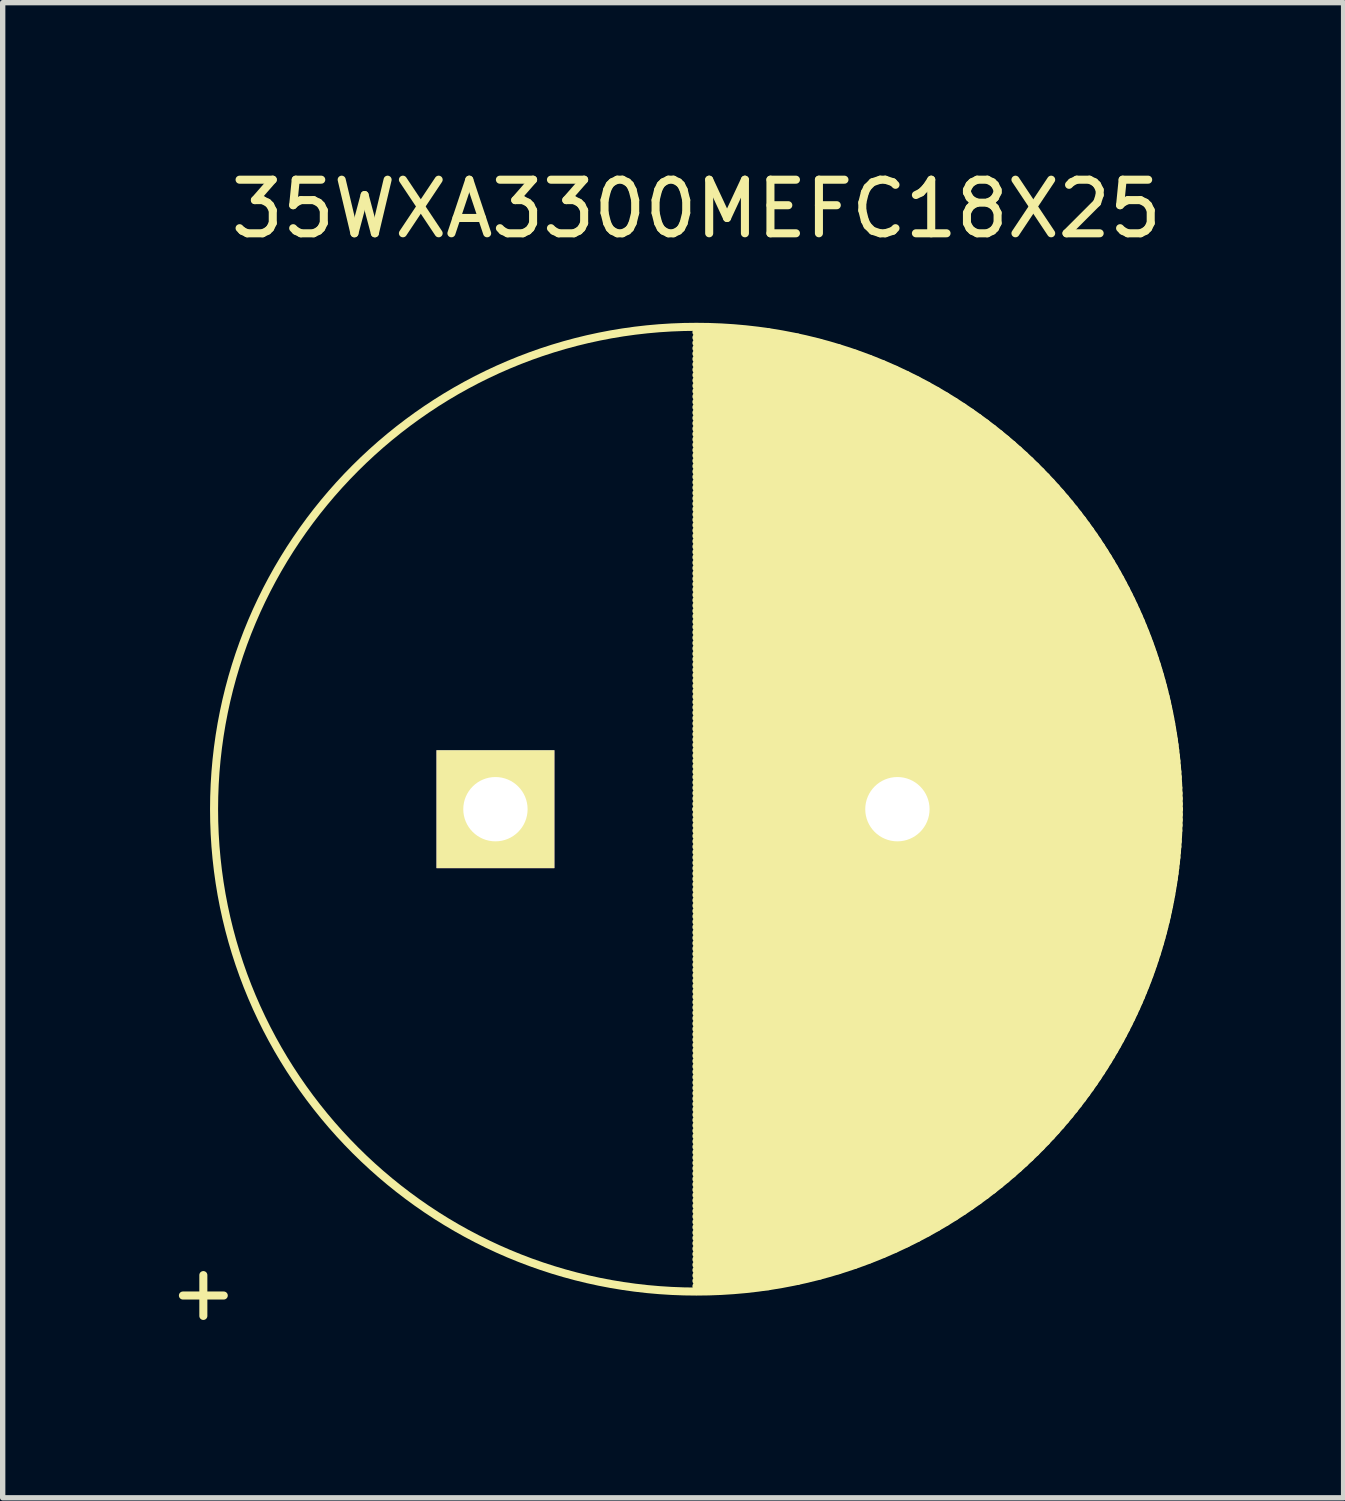
<source format=kicad_pcb>
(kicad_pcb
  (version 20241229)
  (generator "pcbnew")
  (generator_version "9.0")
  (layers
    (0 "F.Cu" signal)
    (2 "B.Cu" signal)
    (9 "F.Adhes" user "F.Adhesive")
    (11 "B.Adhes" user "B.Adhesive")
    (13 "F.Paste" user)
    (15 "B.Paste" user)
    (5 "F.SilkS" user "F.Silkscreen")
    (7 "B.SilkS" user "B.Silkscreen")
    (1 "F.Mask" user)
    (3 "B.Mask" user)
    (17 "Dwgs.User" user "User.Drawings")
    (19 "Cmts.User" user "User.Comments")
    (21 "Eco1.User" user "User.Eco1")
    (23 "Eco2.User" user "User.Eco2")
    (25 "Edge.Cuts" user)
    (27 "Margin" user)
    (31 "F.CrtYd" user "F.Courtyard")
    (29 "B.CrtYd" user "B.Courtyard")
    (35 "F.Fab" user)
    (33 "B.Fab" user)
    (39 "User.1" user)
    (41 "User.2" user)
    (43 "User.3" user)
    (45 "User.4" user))
  (footprint "35WXA3300MEFC18X25"
    (layer "F.Cu")
    (at 6.194 12.048)
    (property "Reference" "35WXA3300MEFC18X25" (at 3.75 -11.2 0) (layer "F.SilkS") (effects (font (size 1 1) (thickness 0.15))))
    (attr through_hole)
    (fp_line (start 3.75 -8.9) (end 5.088 -8.9) (stroke (width 0.15) (type solid)) (layer "F.SilkS"))
    (fp_line (start 3.75 -8.8) (end 5.637 -8.8) (stroke (width 0.15) (type solid)) (layer "F.SilkS"))
    (fp_line (start 3.75 -8.7) (end 6.054 -8.7) (stroke (width 0.15) (type solid)) (layer "F.SilkS"))
    (fp_line (start 3.75 -8.6) (end 6.403 -8.6) (stroke (width 0.15) (type solid)) (layer "F.SilkS"))
    (fp_line (start 3.75 -8.5) (end 6.708 -8.5) (stroke (width 0.15) (type solid)) (layer "F.SilkS"))
    (fp_line (start 3.75 -8.4) (end 6.981 -8.4) (stroke (width 0.15) (type solid)) (layer "F.SilkS"))
    (fp_line (start 3.75 -8.3) (end 7.23 -8.3) (stroke (width 0.15) (type solid)) (layer "F.SilkS"))
    (fp_line (start 3.75 -8.2) (end 7.459 -8.2) (stroke (width 0.15) (type solid)) (layer "F.SilkS"))
    (fp_line (start 3.75 -8.1) (end 7.673 -8.1) (stroke (width 0.15) (type solid)) (layer "F.SilkS"))
    (fp_line (start 3.75 -8) (end 7.873 -8) (stroke (width 0.15) (type solid)) (layer "F.SilkS"))
    (fp_line (start 3.75 -7.9) (end 8.062 -7.9) (stroke (width 0.15) (type solid)) (layer "F.SilkS"))
    (fp_line (start 3.75 -7.8) (end 8.24 -7.8) (stroke (width 0.15) (type solid)) (layer "F.SilkS"))
    (fp_line (start 3.75 -7.7) (end 8.409 -7.7) (stroke (width 0.15) (type solid)) (layer "F.SilkS"))
    (fp_line (start 3.75 -7.6) (end 8.571 -7.6) (stroke (width 0.15) (type solid)) (layer "F.SilkS"))
    (fp_line (start 3.75 -7.5) (end 8.725 -7.5) (stroke (width 0.15) (type solid)) (layer "F.SilkS"))
    (fp_line (start 3.75 -7.4) (end 8.872 -7.4) (stroke (width 0.15) (type solid)) (layer "F.SilkS"))
    (fp_line (start 3.75 -7.3) (end 9.014 -7.3) (stroke (width 0.15) (type solid)) (layer "F.SilkS"))
    (fp_line (start 3.75 -7.2) (end 9.15 -7.2) (stroke (width 0.15) (type solid)) (layer "F.SilkS"))
    (fp_line (start 3.75 -7.1) (end 9.281 -7.1) (stroke (width 0.15) (type solid)) (layer "F.SilkS"))
    (fp_line (start 3.75 -7) (end 9.407 -7) (stroke (width 0.15) (type solid)) (layer "F.SilkS"))
    (fp_line (start 3.75 -6.9) (end 9.528 -6.9) (stroke (width 0.15) (type solid)) (layer "F.SilkS"))
    (fp_line (start 3.75 -6.8) (end 9.646 -6.8) (stroke (width 0.15) (type solid)) (layer "F.SilkS"))
    (fp_line (start 3.75 -6.7) (end 9.759 -6.7) (stroke (width 0.15) (type solid)) (layer "F.SilkS"))
    (fp_line (start 3.75 -6.6) (end 9.869 -6.6) (stroke (width 0.15) (type solid)) (layer "F.SilkS"))
    (fp_line (start 3.75 -6.5) (end 9.975 -6.5) (stroke (width 0.15) (type solid)) (layer "F.SilkS"))
    (fp_line (start 3.75 -6.4) (end 10.078 -6.4) (stroke (width 0.15) (type solid)) (layer "F.SilkS"))
    (fp_line (start 3.75 -6.3) (end 10.177 -6.3) (stroke (width 0.15) (type solid)) (layer "F.SilkS"))
    (fp_line (start 3.75 -6.2) (end 10.274 -6.2) (stroke (width 0.15) (type solid)) (layer "F.SilkS"))
    (fp_line (start 3.75 -6.1) (end 10.367 -6.1) (stroke (width 0.15) (type solid)) (layer "F.SilkS"))
    (fp_line (start 3.75 -6) (end 10.458 -6) (stroke (width 0.15) (type solid)) (layer "F.SilkS"))
    (fp_line (start 3.75 -5.9) (end 10.546 -5.9) (stroke (width 0.15) (type solid)) (layer "F.SilkS"))
    (fp_line (start 3.75 -5.8) (end 10.632 -5.8) (stroke (width 0.15) (type solid)) (layer "F.SilkS"))
    (fp_line (start 3.75 -5.7) (end 10.715 -5.7) (stroke (width 0.15) (type solid)) (layer "F.SilkS"))
    (fp_line (start 3.75 -5.6) (end 10.796 -5.6) (stroke (width 0.15) (type solid)) (layer "F.SilkS"))
    (fp_line (start 3.75 -5.5) (end 10.874 -5.5) (stroke (width 0.15) (type solid)) (layer "F.SilkS"))
    (fp_line (start 3.75 -5.4) (end 10.95 -5.4) (stroke (width 0.15) (type solid)) (layer "F.SilkS"))
    (fp_line (start 3.75 -5.3) (end 11.024 -5.3) (stroke (width 0.15) (type solid)) (layer "F.SilkS"))
    (fp_line (start 3.75 -5.2) (end 11.096 -5.2) (stroke (width 0.15) (type solid)) (layer "F.SilkS"))
    (fp_line (start 3.75 -5.1) (end 11.166 -5.1) (stroke (width 0.15) (type solid)) (layer "F.SilkS"))
    (fp_line (start 3.75 -5) (end 11.233 -5) (stroke (width 0.15) (type solid)) (layer "F.SilkS"))
    (fp_line (start 3.75 -4.9) (end 11.299 -4.9) (stroke (width 0.15) (type solid)) (layer "F.SilkS"))
    (fp_line (start 3.75 -4.8) (end 11.363 -4.8) (stroke (width 0.15) (type solid)) (layer "F.SilkS"))
    (fp_line (start 3.75 -4.7) (end 11.425 -4.7) (stroke (width 0.15) (type solid)) (layer "F.SilkS"))
    (fp_line (start 3.75 -4.6) (end 11.486 -4.6) (stroke (width 0.15) (type solid)) (layer "F.SilkS"))
    (fp_line (start 3.75 -4.5) (end 11.544 -4.5) (stroke (width 0.15) (type solid)) (layer "F.SilkS"))
    (fp_line (start 3.75 -4.4) (end 11.601 -4.4) (stroke (width 0.15) (type solid)) (layer "F.SilkS"))
    (fp_line (start 3.75 -4.3) (end 11.656 -4.3) (stroke (width 0.15) (type solid)) (layer "F.SilkS"))
    (fp_line (start 3.75 -4.2) (end 11.71 -4.2) (stroke (width 0.15) (type solid)) (layer "F.SilkS"))
    (fp_line (start 3.75 -4.1) (end 11.762 -4.1) (stroke (width 0.15) (type solid)) (layer "F.SilkS"))
    (fp_line (start 3.75 -4) (end 11.812 -4) (stroke (width 0.15) (type solid)) (layer "F.SilkS"))
    (fp_line (start 3.75 -3.9) (end 11.861 -3.9) (stroke (width 0.15) (type solid)) (layer "F.SilkS"))
    (fp_line (start 3.75 -3.8) (end 11.908 -3.8) (stroke (width 0.15) (type solid)) (layer "F.SilkS"))
    (fp_line (start 3.75 -3.7) (end 11.954 -3.7) (stroke (width 0.15) (type solid)) (layer "F.SilkS"))
    (fp_line (start 3.75 -3.6) (end 11.999 -3.6) (stroke (width 0.15) (type solid)) (layer "F.SilkS"))
    (fp_line (start 3.75 -3.5) (end 12.042 -3.5) (stroke (width 0.15) (type solid)) (layer "F.SilkS"))
    (fp_line (start 3.75 -3.4) (end 12.083 -3.4) (stroke (width 0.15) (type solid)) (layer "F.SilkS"))
    (fp_line (start 3.75 -3.3) (end 12.123 -3.3) (stroke (width 0.15) (type solid)) (layer "F.SilkS"))
    (fp_line (start 3.75 -3.2) (end 12.162 -3.2) (stroke (width 0.15) (type solid)) (layer "F.SilkS"))
    (fp_line (start 3.75 -3.1) (end 12.199 -3.1) (stroke (width 0.15) (type solid)) (layer "F.SilkS"))
    (fp_line (start 3.75 -3) (end 12.235 -3) (stroke (width 0.15) (type solid)) (layer "F.SilkS"))
    (fp_line (start 3.75 -2.9) (end 12.27 -2.9) (stroke (width 0.15) (type solid)) (layer "F.SilkS"))
    (fp_line (start 3.75 -2.8) (end 12.303 -2.8) (stroke (width 0.15) (type solid)) (layer "F.SilkS"))
    (fp_line (start 3.75 -2.7) (end 12.335 -2.7) (stroke (width 0.15) (type solid)) (layer "F.SilkS"))
    (fp_line (start 3.75 -2.6) (end 12.366 -2.6) (stroke (width 0.15) (type solid)) (layer "F.SilkS"))
    (fp_line (start 3.75 -2.5) (end 12.396 -2.5) (stroke (width 0.15) (type solid)) (layer "F.SilkS"))
    (fp_line (start 3.75 -2.4) (end 12.424 -2.4) (stroke (width 0.15) (type solid)) (layer "F.SilkS"))
    (fp_line (start 3.75 -2.3) (end 12.451 -2.3) (stroke (width 0.15) (type solid)) (layer "F.SilkS"))
    (fp_line (start 3.75 -2.2) (end 12.477 -2.2) (stroke (width 0.15) (type solid)) (layer "F.SilkS"))
    (fp_line (start 3.75 -2.1) (end 12.502 -2.1) (stroke (width 0.15) (type solid)) (layer "F.SilkS"))
    (fp_line (start 3.75 -2) (end 12.525 -2) (stroke (width 0.15) (type solid)) (layer "F.SilkS"))
    (fp_line (start 3.75 -1.9) (end 12.547 -1.9) (stroke (width 0.15) (type solid)) (layer "F.SilkS"))
    (fp_line (start 3.75 -1.8) (end 12.568 -1.8) (stroke (width 0.15) (type solid)) (layer "F.SilkS"))
    (fp_line (start 3.75 -1.7) (end 12.588 -1.7) (stroke (width 0.15) (type solid)) (layer "F.SilkS"))
    (fp_line (start 3.75 -1.6) (end 12.607 -1.6) (stroke (width 0.15) (type solid)) (layer "F.SilkS"))
    (fp_line (start 3.75 -1.5) (end 12.624 -1.5) (stroke (width 0.15) (type solid)) (layer "F.SilkS"))
    (fp_line (start 3.75 -1.4) (end 12.64 -1.4) (stroke (width 0.15) (type solid)) (layer "F.SilkS"))
    (fp_line (start 3.75 -1.3) (end 12.656 -1.3) (stroke (width 0.15) (type solid)) (layer "F.SilkS"))
    (fp_line (start 3.75 -1.2) (end 12.67 -1.2) (stroke (width 0.15) (type solid)) (layer "F.SilkS"))
    (fp_line (start 3.75 -1.1) (end 12.683 -1.1) (stroke (width 0.15) (type solid)) (layer "F.SilkS"))
    (fp_line (start 3.75 -1) (end 12.694 -1) (stroke (width 0.15) (type solid)) (layer "F.SilkS"))
    (fp_line (start 3.75 -0.9) (end 12.705 -0.9) (stroke (width 0.15) (type solid)) (layer "F.SilkS"))
    (fp_line (start 3.75 -0.8) (end 12.714 -0.8) (stroke (width 0.15) (type solid)) (layer "F.SilkS"))
    (fp_line (start 3.75 -0.7) (end 12.723 -0.7) (stroke (width 0.15) (type solid)) (layer "F.SilkS"))
    (fp_line (start 3.75 -0.6) (end 12.73 -0.6) (stroke (width 0.15) (type solid)) (layer "F.SilkS"))
    (fp_line (start 3.75 -0.5) (end 12.736 -0.5) (stroke (width 0.15) (type solid)) (layer "F.SilkS"))
    (fp_line (start 3.75 -0.4) (end 12.741 -0.4) (stroke (width 0.15) (type solid)) (layer "F.SilkS"))
    (fp_line (start 3.75 -0.3) (end 12.745 -0.3) (stroke (width 0.15) (type solid)) (layer "F.SilkS"))
    (fp_line (start 3.75 -0.2) (end 12.748 -0.2) (stroke (width 0.15) (type solid)) (layer "F.SilkS"))
    (fp_line (start 3.75 -0.1) (end 12.749 -0.1) (stroke (width 0.15) (type solid)) (layer "F.SilkS"))
    (fp_line (start 3.75 0) (end 12.75 0) (stroke (width 0.15) (type solid)) (layer "F.SilkS"))
    (fp_line (start 3.75 0) (end 12.75 0) (stroke (width 0.15) (type solid)) (layer "F.SilkS"))
    (fp_line (start 3.75 0.1) (end 12.749 0.1) (stroke (width 0.15) (type solid)) (layer "F.SilkS"))
    (fp_line (start 3.75 0.2) (end 12.748 0.2) (stroke (width 0.15) (type solid)) (layer "F.SilkS"))
    (fp_line (start 3.75 0.3) (end 12.745 0.3) (stroke (width 0.15) (type solid)) (layer "F.SilkS"))
    (fp_line (start 3.75 0.4) (end 12.741 0.4) (stroke (width 0.15) (type solid)) (layer "F.SilkS"))
    (fp_line (start 3.75 0.5) (end 12.736 0.5) (stroke (width 0.15) (type solid)) (layer "F.SilkS"))
    (fp_line (start 3.75 0.6) (end 12.73 0.6) (stroke (width 0.15) (type solid)) (layer "F.SilkS"))
    (fp_line (start 3.75 0.7) (end 12.723 0.7) (stroke (width 0.15) (type solid)) (layer "F.SilkS"))
    (fp_line (start 3.75 0.8) (end 12.714 0.8) (stroke (width 0.15) (type solid)) (layer "F.SilkS"))
    (fp_line (start 3.75 0.9) (end 12.705 0.9) (stroke (width 0.15) (type solid)) (layer "F.SilkS"))
    (fp_line (start 3.75 1) (end 12.694 1) (stroke (width 0.15) (type solid)) (layer "F.SilkS"))
    (fp_line (start 3.75 1.1) (end 12.683 1.1) (stroke (width 0.15) (type solid)) (layer "F.SilkS"))
    (fp_line (start 3.75 1.2) (end 12.67 1.2) (stroke (width 0.15) (type solid)) (layer "F.SilkS"))
    (fp_line (start 3.75 1.3) (end 12.656 1.3) (stroke (width 0.15) (type solid)) (layer "F.SilkS"))
    (fp_line (start 3.75 1.4) (end 12.64 1.4) (stroke (width 0.15) (type solid)) (layer "F.SilkS"))
    (fp_line (start 3.75 1.5) (end 12.624 1.5) (stroke (width 0.15) (type solid)) (layer "F.SilkS"))
    (fp_line (start 3.75 1.6) (end 12.607 1.6) (stroke (width 0.15) (type solid)) (layer "F.SilkS"))
    (fp_line (start 3.75 1.7) (end 12.588 1.7) (stroke (width 0.15) (type solid)) (layer "F.SilkS"))
    (fp_line (start 3.75 1.8) (end 12.568 1.8) (stroke (width 0.15) (type solid)) (layer "F.SilkS"))
    (fp_line (start 3.75 1.9) (end 12.547 1.9) (stroke (width 0.15) (type solid)) (layer "F.SilkS"))
    (fp_line (start 3.75 2) (end 12.525 2) (stroke (width 0.15) (type solid)) (layer "F.SilkS"))
    (fp_line (start 3.75 2.1) (end 12.502 2.1) (stroke (width 0.15) (type solid)) (layer "F.SilkS"))
    (fp_line (start 3.75 2.2) (end 12.477 2.2) (stroke (width 0.15) (type solid)) (layer "F.SilkS"))
    (fp_line (start 3.75 2.3) (end 12.451 2.3) (stroke (width 0.15) (type solid)) (layer "F.SilkS"))
    (fp_line (start 3.75 2.4) (end 12.424 2.4) (stroke (width 0.15) (type solid)) (layer "F.SilkS"))
    (fp_line (start 3.75 2.5) (end 12.396 2.5) (stroke (width 0.15) (type solid)) (layer "F.SilkS"))
    (fp_line (start 3.75 2.6) (end 12.366 2.6) (stroke (width 0.15) (type solid)) (layer "F.SilkS"))
    (fp_line (start 3.75 2.7) (end 12.335 2.7) (stroke (width 0.15) (type solid)) (layer "F.SilkS"))
    (fp_line (start 3.75 2.8) (end 12.303 2.8) (stroke (width 0.15) (type solid)) (layer "F.SilkS"))
    (fp_line (start 3.75 2.9) (end 12.27 2.9) (stroke (width 0.15) (type solid)) (layer "F.SilkS"))
    (fp_line (start 3.75 3) (end 12.235 3) (stroke (width 0.15) (type solid)) (layer "F.SilkS"))
    (fp_line (start 3.75 3.1) (end 12.199 3.1) (stroke (width 0.15) (type solid)) (layer "F.SilkS"))
    (fp_line (start 3.75 3.2) (end 12.162 3.2) (stroke (width 0.15) (type solid)) (layer "F.SilkS"))
    (fp_line (start 3.75 3.3) (end 12.123 3.3) (stroke (width 0.15) (type solid)) (layer "F.SilkS"))
    (fp_line (start 3.75 3.4) (end 12.083 3.4) (stroke (width 0.15) (type solid)) (layer "F.SilkS"))
    (fp_line (start 3.75 3.5) (end 12.042 3.5) (stroke (width 0.15) (type solid)) (layer "F.SilkS"))
    (fp_line (start 3.75 3.6) (end 11.999 3.6) (stroke (width 0.15) (type solid)) (layer "F.SilkS"))
    (fp_line (start 3.75 3.7) (end 11.954 3.7) (stroke (width 0.15) (type solid)) (layer "F.SilkS"))
    (fp_line (start 3.75 3.8) (end 11.908 3.8) (stroke (width 0.15) (type solid)) (layer "F.SilkS"))
    (fp_line (start 3.75 3.9) (end 11.861 3.9) (stroke (width 0.15) (type solid)) (layer "F.SilkS"))
    (fp_line (start 3.75 4) (end 11.812 4) (stroke (width 0.15) (type solid)) (layer "F.SilkS"))
    (fp_line (start 3.75 4.1) (end 11.762 4.1) (stroke (width 0.15) (type solid)) (layer "F.SilkS"))
    (fp_line (start 3.75 4.2) (end 11.71 4.2) (stroke (width 0.15) (type solid)) (layer "F.SilkS"))
    (fp_line (start 3.75 4.3) (end 11.656 4.3) (stroke (width 0.15) (type solid)) (layer "F.SilkS"))
    (fp_line (start 3.75 4.4) (end 11.601 4.4) (stroke (width 0.15) (type solid)) (layer "F.SilkS"))
    (fp_line (start 3.75 4.5) (end 11.544 4.5) (stroke (width 0.15) (type solid)) (layer "F.SilkS"))
    (fp_line (start 3.75 4.6) (end 11.486 4.6) (stroke (width 0.15) (type solid)) (layer "F.SilkS"))
    (fp_line (start 3.75 4.7) (end 11.425 4.7) (stroke (width 0.15) (type solid)) (layer "F.SilkS"))
    (fp_line (start 3.75 4.8) (end 11.363 4.8) (stroke (width 0.15) (type solid)) (layer "F.SilkS"))
    (fp_line (start 3.75 4.9) (end 11.299 4.9) (stroke (width 0.15) (type solid)) (layer "F.SilkS"))
    (fp_line (start 3.75 5) (end 11.233 5) (stroke (width 0.15) (type solid)) (layer "F.SilkS"))
    (fp_line (start 3.75 5.1) (end 11.166 5.1) (stroke (width 0.15) (type solid)) (layer "F.SilkS"))
    (fp_line (start 3.75 5.2) (end 11.096 5.2) (stroke (width 0.15) (type solid)) (layer "F.SilkS"))
    (fp_line (start 3.75 5.3) (end 11.024 5.3) (stroke (width 0.15) (type solid)) (layer "F.SilkS"))
    (fp_line (start 3.75 5.4) (end 10.95 5.4) (stroke (width 0.15) (type solid)) (layer "F.SilkS"))
    (fp_line (start 3.75 5.5) (end 10.874 5.5) (stroke (width 0.15) (type solid)) (layer "F.SilkS"))
    (fp_line (start 3.75 5.6) (end 10.796 5.6) (stroke (width 0.15) (type solid)) (layer "F.SilkS"))
    (fp_line (start 3.75 5.7) (end 10.715 5.7) (stroke (width 0.15) (type solid)) (layer "F.SilkS"))
    (fp_line (start 3.75 5.8) (end 10.632 5.8) (stroke (width 0.15) (type solid)) (layer "F.SilkS"))
    (fp_line (start 3.75 5.9) (end 10.546 5.9) (stroke (width 0.15) (type solid)) (layer "F.SilkS"))
    (fp_line (start 3.75 6) (end 10.458 6) (stroke (width 0.15) (type solid)) (layer "F.SilkS"))
    (fp_line (start 3.75 6.1) (end 10.367 6.1) (stroke (width 0.15) (type solid)) (layer "F.SilkS"))
    (fp_line (start 3.75 6.2) (end 10.274 6.2) (stroke (width 0.15) (type solid)) (layer "F.SilkS"))
    (fp_line (start 3.75 6.3) (end 10.177 6.3) (stroke (width 0.15) (type solid)) (layer "F.SilkS"))
    (fp_line (start 3.75 6.4) (end 10.078 6.4) (stroke (width 0.15) (type solid)) (layer "F.SilkS"))
    (fp_line (start 3.75 6.5) (end 9.975 6.5) (stroke (width 0.15) (type solid)) (layer "F.SilkS"))
    (fp_line (start 3.75 6.6) (end 9.869 6.6) (stroke (width 0.15) (type solid)) (layer "F.SilkS"))
    (fp_line (start 3.75 6.7) (end 9.759 6.7) (stroke (width 0.15) (type solid)) (layer "F.SilkS"))
    (fp_line (start 3.75 6.8) (end 9.646 6.8) (stroke (width 0.15) (type solid)) (layer "F.SilkS"))
    (fp_line (start 3.75 6.9) (end 9.528 6.9) (stroke (width 0.15) (type solid)) (layer "F.SilkS"))
    (fp_line (start 3.75 7) (end 9.407 7) (stroke (width 0.15) (type solid)) (layer "F.SilkS"))
    (fp_line (start 3.75 7.1) (end 9.281 7.1) (stroke (width 0.15) (type solid)) (layer "F.SilkS"))
    (fp_line (start 3.75 7.2) (end 9.15 7.2) (stroke (width 0.15) (type solid)) (layer "F.SilkS"))
    (fp_line (start 3.75 7.3) (end 9.014 7.3) (stroke (width 0.15) (type solid)) (layer "F.SilkS"))
    (fp_line (start 3.75 7.4) (end 8.872 7.4) (stroke (width 0.15) (type solid)) (layer "F.SilkS"))
    (fp_line (start 3.75 7.5) (end 8.725 7.5) (stroke (width 0.15) (type solid)) (layer "F.SilkS"))
    (fp_line (start 3.75 7.6) (end 8.571 7.6) (stroke (width 0.15) (type solid)) (layer "F.SilkS"))
    (fp_line (start 3.75 7.7) (end 8.409 7.7) (stroke (width 0.15) (type solid)) (layer "F.SilkS"))
    (fp_line (start 3.75 7.8) (end 8.24 7.8) (stroke (width 0.15) (type solid)) (layer "F.SilkS"))
    (fp_line (start 3.75 7.9) (end 8.062 7.9) (stroke (width 0.15) (type solid)) (layer "F.SilkS"))
    (fp_line (start 3.75 8) (end 7.873 8) (stroke (width 0.15) (type solid)) (layer "F.SilkS"))
    (fp_line (start 3.75 8.1) (end 7.673 8.1) (stroke (width 0.15) (type solid)) (layer "F.SilkS"))
    (fp_line (start 3.75 8.2) (end 7.459 8.2) (stroke (width 0.15) (type solid)) (layer "F.SilkS"))
    (fp_line (start 3.75 8.3) (end 7.23 8.3) (stroke (width 0.15) (type solid)) (layer "F.SilkS"))
    (fp_line (start 3.75 8.4) (end 6.981 8.4) (stroke (width 0.15) (type solid)) (layer "F.SilkS"))
    (fp_line (start 3.75 8.5) (end 6.708 8.5) (stroke (width 0.15) (type solid)) (layer "F.SilkS"))
    (fp_line (start 3.75 8.6) (end 6.403 8.6) (stroke (width 0.15) (type solid)) (layer "F.SilkS"))
    (fp_line (start 3.75 8.7) (end 6.054 8.7) (stroke (width 0.15) (type solid)) (layer "F.SilkS"))
    (fp_line (start 3.75 8.8) (end 5.637 8.8) (stroke (width 0.15) (type solid)) (layer "F.SilkS"))
    (fp_line (start 3.75 8.9) (end 5.088 8.9) (stroke (width 0.15) (type solid)) (layer "F.SilkS"))
    (fp_circle (center 3.75 0) (end 3.75 -9) (stroke (width 0.15) (type solid)) (fill no) (layer "F.SilkS"))
    (fp_text user "+" (at -5.45 9 0) (layer "F.SilkS") (effects (font (size 1 1) (thickness 0.15))))
    (pad "1" thru_hole rect (at 0 0) (size 2.2 2.2) (drill 1.2) (layers "*.Cu" "*.Mask" "F.SilkS"))
    (pad "2" thru_hole circle (at 7.5 0) (size 2.2 2.2) (drill 1.2) (layers "*.Cu" "*.Mask" "F.SilkS")))
  (gr_rect
    (start -3 -3)
    (end 22.019 24.896)
    (stroke (width 0.1) (type default))
    (fill no)
    (layer "Edge.Cuts")))
</source>
